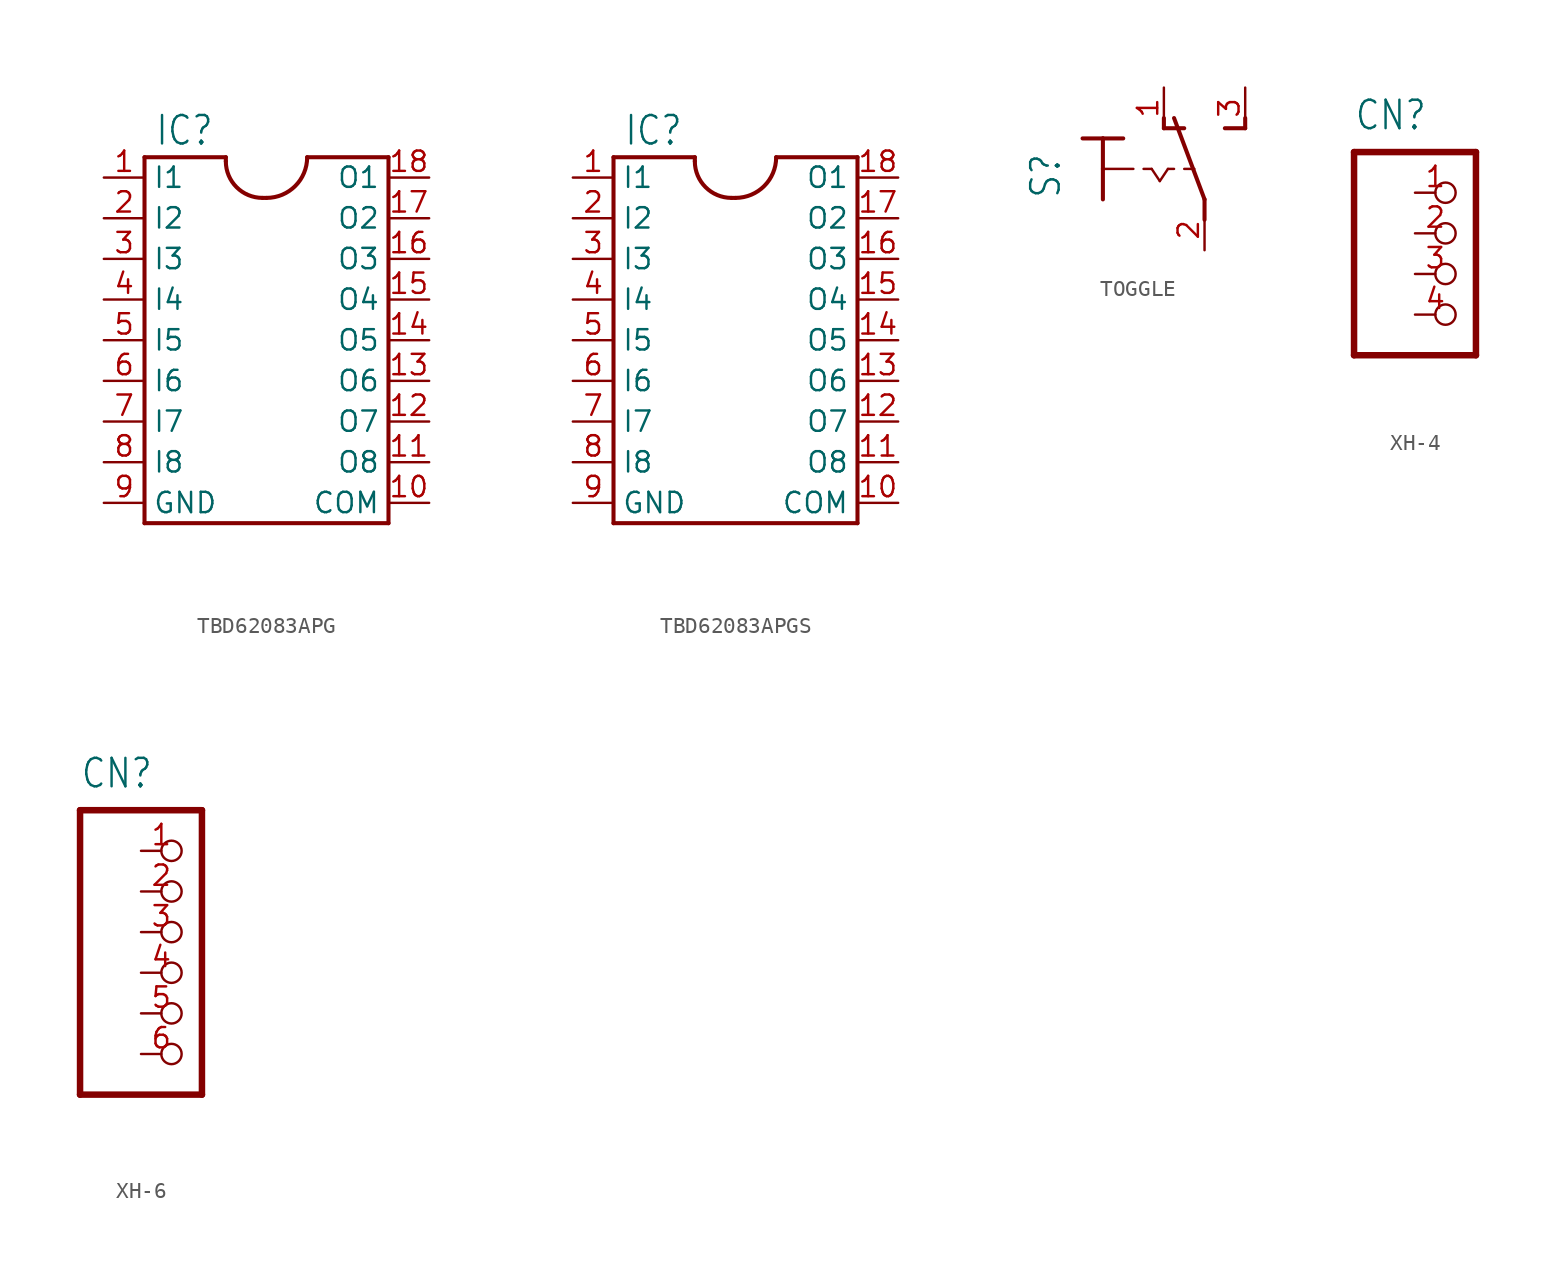
<source format=kicad_sym>
(kicad_symbol_lib
  (version 20220914)
  (generator kicad_symbol_editor)
  (symbol "TBD62083APG"
    (property "Reference" "IC"
      (at -4.445 12.065 0)
      (effects (font (size 1.778 1.511)) (justify left bottom)))
    (property "Value" ""
      (at -4.445 -13.97 0)
      (effects (font (size 1.778 1.511)) (justify left bottom)))
    (property "ki_locked" ""
      (at 0 0 0)
      (effects (font (size 1.27 1.27))))
    (symbol "TBD62083APG_1_0"
      (polyline (pts (xy -5.08 -11.43) (xy 10.16 -11.43)) (stroke (width 0.254) (type solid)) (fill (type none)))
      (polyline (pts (xy -5.08 11.43) (xy -5.08 -11.43)) (stroke (width 0.254) (type solid)) (fill (type none)))
      (polyline (pts (xy -5.08 11.43) (xy 0 11.43)) (stroke (width 0.254) (type solid)) (fill (type none)))
      (polyline (pts (xy 0 11.43) (xy 0 11.176)) (stroke (width 0.254) (type solid)) (fill (type none)))
      (polyline (pts (xy 2.54 8.89) (xy 2.286 8.89)) (stroke (width 0.254) (type solid)) (fill (type none)))
      (polyline (pts (xy 10.16 -11.43) (xy 10.16 11.43)) (stroke (width 0.254) (type solid)) (fill (type none)))
      (polyline (pts (xy 10.16 11.43) (xy 5.08 11.43)) (stroke (width 0.254) (type solid)) (fill (type none)))
      (arc (start 0 11.176) (mid 0.6696 9.5596) (end 2.286 8.89) (stroke (width 0.254) (type solid)) (fill (type none)))
      (arc (start 2.54 8.89) (mid 4.3361 9.6339) (end 5.08 11.43) (stroke (width 0.254) (type solid)) (fill (type none)))
      (pin passive line (at -7.62 10.16 0) (length 2.54) (name "I1" (effects (font (size 1.27 1.27)))) (number "1" (effects (font (size 1.27 1.27)))))
      (pin passive line (at 12.7 -10.16 180) (length 2.54) (name "COM" (effects (font (size 1.27 1.27)))) (number "10" (effects (font (size 1.27 1.27)))))
      (pin passive line (at 12.7 -7.62 180) (length 2.54) (name "O8" (effects (font (size 1.27 1.27)))) (number "11" (effects (font (size 1.27 1.27)))))
      (pin passive line (at 12.7 -5.08 180) (length 2.54) (name "O7" (effects (font (size 1.27 1.27)))) (number "12" (effects (font (size 1.27 1.27)))))
      (pin passive line (at 12.7 -2.54 180) (length 2.54) (name "O6" (effects (font (size 1.27 1.27)))) (number "13" (effects (font (size 1.27 1.27)))))
      (pin passive line (at 12.7 0 180) (length 2.54) (name "O5" (effects (font (size 1.27 1.27)))) (number "14" (effects (font (size 1.27 1.27)))))
      (pin passive line (at 12.7 2.54 180) (length 2.54) (name "O4" (effects (font (size 1.27 1.27)))) (number "15" (effects (font (size 1.27 1.27)))))
      (pin passive line (at 12.7 5.08 180) (length 2.54) (name "O3" (effects (font (size 1.27 1.27)))) (number "16" (effects (font (size 1.27 1.27)))))
      (pin passive line (at 12.7 7.62 180) (length 2.54) (name "O2" (effects (font (size 1.27 1.27)))) (number "17" (effects (font (size 1.27 1.27)))))
      (pin passive line (at 12.7 10.16 180) (length 2.54) (name "O1" (effects (font (size 1.27 1.27)))) (number "18" (effects (font (size 1.27 1.27)))))
      (pin passive line (at -7.62 7.62 0) (length 2.54) (name "I2" (effects (font (size 1.27 1.27)))) (number "2" (effects (font (size 1.27 1.27)))))
      (pin passive line (at -7.62 5.08 0) (length 2.54) (name "I3" (effects (font (size 1.27 1.27)))) (number "3" (effects (font (size 1.27 1.27)))))
      (pin passive line (at -7.62 2.54 0) (length 2.54) (name "I4" (effects (font (size 1.27 1.27)))) (number "4" (effects (font (size 1.27 1.27)))))
      (pin passive line (at -7.62 0 0) (length 2.54) (name "I5" (effects (font (size 1.27 1.27)))) (number "5" (effects (font (size 1.27 1.27)))))
      (pin passive line (at -7.62 -2.54 0) (length 2.54) (name "I6" (effects (font (size 1.27 1.27)))) (number "6" (effects (font (size 1.27 1.27)))))
      (pin passive line (at -7.62 -5.08 0) (length 2.54) (name "I7" (effects (font (size 1.27 1.27)))) (number "7" (effects (font (size 1.27 1.27)))))
      (pin passive line (at -7.62 -7.62 0) (length 2.54) (name "I8" (effects (font (size 1.27 1.27)))) (number "8" (effects (font (size 1.27 1.27)))))
      (pin passive line (at -7.62 -10.16 0) (length 2.54) (name "GND" (effects (font (size 1.27 1.27)))) (number "9" (effects (font (size 1.27 1.27)))))))
  (symbol "TBD62083APGS"
    (property "Reference" "IC"
      (at -4.445 12.065 0)
      (effects (font (size 1.778 1.511)) (justify left bottom)))
    (property "Value" ""
      (at -4.445 -13.97 0)
      (effects (font (size 1.778 1.511)) (justify left bottom)))
    (property "ki_locked" ""
      (at 0 0 0)
      (effects (font (size 1.27 1.27))))
    (symbol "TBD62083APGS_1_0"
      (polyline (pts (xy -5.08 -11.43) (xy 10.16 -11.43)) (stroke (width 0.254) (type solid)) (fill (type none)))
      (polyline (pts (xy -5.08 11.43) (xy -5.08 -11.43)) (stroke (width 0.254) (type solid)) (fill (type none)))
      (polyline (pts (xy -5.08 11.43) (xy 0 11.43)) (stroke (width 0.254) (type solid)) (fill (type none)))
      (polyline (pts (xy 0 11.43) (xy 0 11.176)) (stroke (width 0.254) (type solid)) (fill (type none)))
      (polyline (pts (xy 2.54 8.89) (xy 2.286 8.89)) (stroke (width 0.254) (type solid)) (fill (type none)))
      (polyline (pts (xy 10.16 -11.43) (xy 10.16 11.43)) (stroke (width 0.254) (type solid)) (fill (type none)))
      (polyline (pts (xy 10.16 11.43) (xy 5.08 11.43)) (stroke (width 0.254) (type solid)) (fill (type none)))
      (arc (start 0 11.176) (mid 0.6696 9.5596) (end 2.286 8.89) (stroke (width 0.254) (type solid)) (fill (type none)))
      (arc (start 2.54 8.89) (mid 4.3361 9.6339) (end 5.08 11.43) (stroke (width 0.254) (type solid)) (fill (type none)))
      (pin passive line (at -7.62 10.16 0) (length 2.54) (name "I1" (effects (font (size 1.27 1.27)))) (number "1" (effects (font (size 1.27 1.27)))))
      (pin passive line (at 12.7 -10.16 180) (length 2.54) (name "COM" (effects (font (size 1.27 1.27)))) (number "10" (effects (font (size 1.27 1.27)))))
      (pin passive line (at 12.7 -7.62 180) (length 2.54) (name "O8" (effects (font (size 1.27 1.27)))) (number "11" (effects (font (size 1.27 1.27)))))
      (pin passive line (at 12.7 -5.08 180) (length 2.54) (name "O7" (effects (font (size 1.27 1.27)))) (number "12" (effects (font (size 1.27 1.27)))))
      (pin passive line (at 12.7 -2.54 180) (length 2.54) (name "O6" (effects (font (size 1.27 1.27)))) (number "13" (effects (font (size 1.27 1.27)))))
      (pin passive line (at 12.7 0 180) (length 2.54) (name "O5" (effects (font (size 1.27 1.27)))) (number "14" (effects (font (size 1.27 1.27)))))
      (pin passive line (at 12.7 2.54 180) (length 2.54) (name "O4" (effects (font (size 1.27 1.27)))) (number "15" (effects (font (size 1.27 1.27)))))
      (pin passive line (at 12.7 5.08 180) (length 2.54) (name "O3" (effects (font (size 1.27 1.27)))) (number "16" (effects (font (size 1.27 1.27)))))
      (pin passive line (at 12.7 7.62 180) (length 2.54) (name "O2" (effects (font (size 1.27 1.27)))) (number "17" (effects (font (size 1.27 1.27)))))
      (pin passive line (at 12.7 10.16 180) (length 2.54) (name "O1" (effects (font (size 1.27 1.27)))) (number "18" (effects (font (size 1.27 1.27)))))
      (pin passive line (at -7.62 7.62 0) (length 2.54) (name "I2" (effects (font (size 1.27 1.27)))) (number "2" (effects (font (size 1.27 1.27)))))
      (pin passive line (at -7.62 5.08 0) (length 2.54) (name "I3" (effects (font (size 1.27 1.27)))) (number "3" (effects (font (size 1.27 1.27)))))
      (pin passive line (at -7.62 2.54 0) (length 2.54) (name "I4" (effects (font (size 1.27 1.27)))) (number "4" (effects (font (size 1.27 1.27)))))
      (pin passive line (at -7.62 0 0) (length 2.54) (name "I5" (effects (font (size 1.27 1.27)))) (number "5" (effects (font (size 1.27 1.27)))))
      (pin passive line (at -7.62 -2.54 0) (length 2.54) (name "I6" (effects (font (size 1.27 1.27)))) (number "6" (effects (font (size 1.27 1.27)))))
      (pin passive line (at -7.62 -5.08 0) (length 2.54) (name "I7" (effects (font (size 1.27 1.27)))) (number "7" (effects (font (size 1.27 1.27)))))
      (pin passive line (at -7.62 -7.62 0) (length 2.54) (name "I8" (effects (font (size 1.27 1.27)))) (number "8" (effects (font (size 1.27 1.27)))))
      (pin passive line (at -7.62 -10.16 0) (length 2.54) (name "GND" (effects (font (size 1.27 1.27)))) (number "9" (effects (font (size 1.27 1.27)))))))
  (symbol "TOGGLE"
    (property "Reference" "S"
      (at -6.35 -1.905 90)
      (effects (font (size 1.778 1.511)) (justify left bottom)))
    (property "Value" ""
      (at -3.81 2.54 90)
      (effects (font (size 1.778 1.511)) (justify left bottom)))
    (property "ki_locked" ""
      (at 0 0 0)
      (effects (font (size 1.27 1.27))))
    (symbol "TOGGLE_1_0"
      (polyline (pts (xy -5.08 1.905) (xy -3.81 1.905)) (stroke (width 0.254) (type solid)) (fill (type none)))
      (polyline (pts (xy -3.81 0) (xy -3.81 -1.905)) (stroke (width 0.254) (type solid)) (fill (type none)))
      (polyline (pts (xy -3.81 0) (xy -1.905 0)) (stroke (width 0.152) (type solid)) (fill (type none)))
      (polyline (pts (xy -3.81 1.905) (xy -3.81 0)) (stroke (width 0.254) (type solid)) (fill (type none)))
      (polyline (pts (xy -3.81 1.905) (xy -2.54 1.905)) (stroke (width 0.254) (type solid)) (fill (type none)))
      (polyline (pts (xy -1.27 0) (xy -0.762 0)) (stroke (width 0.152) (type solid)) (fill (type none)))
      (polyline (pts (xy -0.762 0) (xy -0.254 -0.762)) (stroke (width 0.152) (type solid)) (fill (type none)))
      (polyline (pts (xy -0.254 -0.762) (xy 0.254 0)) (stroke (width 0.152) (type solid)) (fill (type none)))
      (polyline (pts (xy 0 2.54) (xy 0 3.175)) (stroke (width 0.254) (type solid)) (fill (type none)))
      (polyline (pts (xy 0 2.54) (xy 1.27 2.54)) (stroke (width 0.254) (type solid)) (fill (type none)))
      (polyline (pts (xy 0.254 0) (xy 0.635 0)) (stroke (width 0.152) (type solid)) (fill (type none)))
      (polyline (pts (xy 1.27 0) (xy 1.905 0)) (stroke (width 0.152) (type solid)) (fill (type none)))
      (polyline (pts (xy 2.54 -3.175) (xy 2.54 -1.905)) (stroke (width 0.254) (type solid)) (fill (type none)))
      (polyline (pts (xy 2.54 -1.905) (xy 0.635 3.175)) (stroke (width 0.254) (type solid)) (fill (type none)))
      (polyline (pts (xy 3.81 2.54) (xy 5.08 2.54)) (stroke (width 0.254) (type solid)) (fill (type none)))
      (polyline (pts (xy 5.08 2.54) (xy 5.08 3.175)) (stroke (width 0.254) (type solid)) (fill (type none)))
      (pin passive line (at 0 5.08 270) (length 2.54) (name "O" (effects (font (size 0 0)))) (number "1" (effects (font (size 1.27 1.27)))))
      (pin passive line (at 2.54 -5.08 90) (length 2.54) (name "P" (effects (font (size 0 0)))) (number "2" (effects (font (size 1.27 1.27)))))
      (pin passive line (at 5.08 5.08 270) (length 2.54) (name "S" (effects (font (size 0 0)))) (number "3" (effects (font (size 1.27 1.27)))))))
  (symbol "XH-4"
    (property "Reference" "CN"
      (at -3.81 6.35 0)
      (effects (font (size 1.778 1.511)) (justify left bottom)))
    (property "Value" ""
      (at -3.81 -10.16 0)
      (effects (font (size 1.778 1.511)) (justify left bottom)))
    (property "ki_locked" ""
      (at 0 0 0)
      (effects (font (size 1.27 1.27))))
    (symbol "XH-4_1_0"
      (polyline (pts (xy -3.81 -7.62) (xy 3.81 -7.62)) (stroke (width 0.406) (type solid)) (fill (type none)))
      (polyline (pts (xy -3.81 5.08) (xy -3.81 -7.62)) (stroke (width 0.406) (type solid)) (fill (type none)))
      (polyline (pts (xy 3.81 -7.62) (xy 3.81 5.08)) (stroke (width 0.406) (type solid)) (fill (type none)))
      (polyline (pts (xy 3.81 5.08) (xy -3.81 5.08)) (stroke (width 0.406) (type solid)) (fill (type none)))
      (pin passive inverted (at 0 2.54 0) (length 2.54) (name "1" (effects (font (size 0 0)))) (number "1" (effects (font (size 1.27 1.27)))))
      (pin passive inverted (at 0 0 0) (length 2.54) (name "2" (effects (font (size 0 0)))) (number "2" (effects (font (size 1.27 1.27)))))
      (pin passive inverted (at 0 -2.54 0) (length 2.54) (name "3" (effects (font (size 0 0)))) (number "3" (effects (font (size 1.27 1.27)))))
      (pin passive inverted (at 0 -5.08 0) (length 2.54) (name "4" (effects (font (size 0 0)))) (number "4" (effects (font (size 1.27 1.27)))))))
  (symbol "XH-6"
    (property "Reference" "CN"
      (at -3.81 8.89 0)
      (effects (font (size 1.778 1.511)) (justify left bottom)))
    (property "Value" ""
      (at -3.81 -12.7 0)
      (effects (font (size 1.778 1.511)) (justify left bottom)))
    (property "ki_locked" ""
      (at 0 0 0)
      (effects (font (size 1.27 1.27))))
    (symbol "XH-6_1_0"
      (polyline (pts (xy -3.81 -10.16) (xy 3.81 -10.16)) (stroke (width 0.406) (type solid)) (fill (type none)))
      (polyline (pts (xy -3.81 7.62) (xy -3.81 -10.16)) (stroke (width 0.406) (type solid)) (fill (type none)))
      (polyline (pts (xy 3.81 -10.16) (xy 3.81 7.62)) (stroke (width 0.406) (type solid)) (fill (type none)))
      (polyline (pts (xy 3.81 7.62) (xy -3.81 7.62)) (stroke (width 0.406) (type solid)) (fill (type none)))
      (pin passive inverted (at 0 5.08 0) (length 2.54) (name "1" (effects (font (size 0 0)))) (number "1" (effects (font (size 1.27 1.27)))))
      (pin passive inverted (at 0 2.54 0) (length 2.54) (name "2" (effects (font (size 0 0)))) (number "2" (effects (font (size 1.27 1.27)))))
      (pin passive inverted (at 0 0 0) (length 2.54) (name "3" (effects (font (size 0 0)))) (number "3" (effects (font (size 1.27 1.27)))))
      (pin passive inverted (at 0 -2.54 0) (length 2.54) (name "4" (effects (font (size 0 0)))) (number "4" (effects (font (size 1.27 1.27)))))
      (pin passive inverted (at 0 -5.08 0) (length 2.54) (name "5" (effects (font (size 0 0)))) (number "5" (effects (font (size 1.27 1.27)))))
      (pin passive inverted (at 0 -7.62 0) (length 2.54) (name "6" (effects (font (size 0 0)))) (number "6" (effects (font (size 1.27 1.27))))))))
</source>
